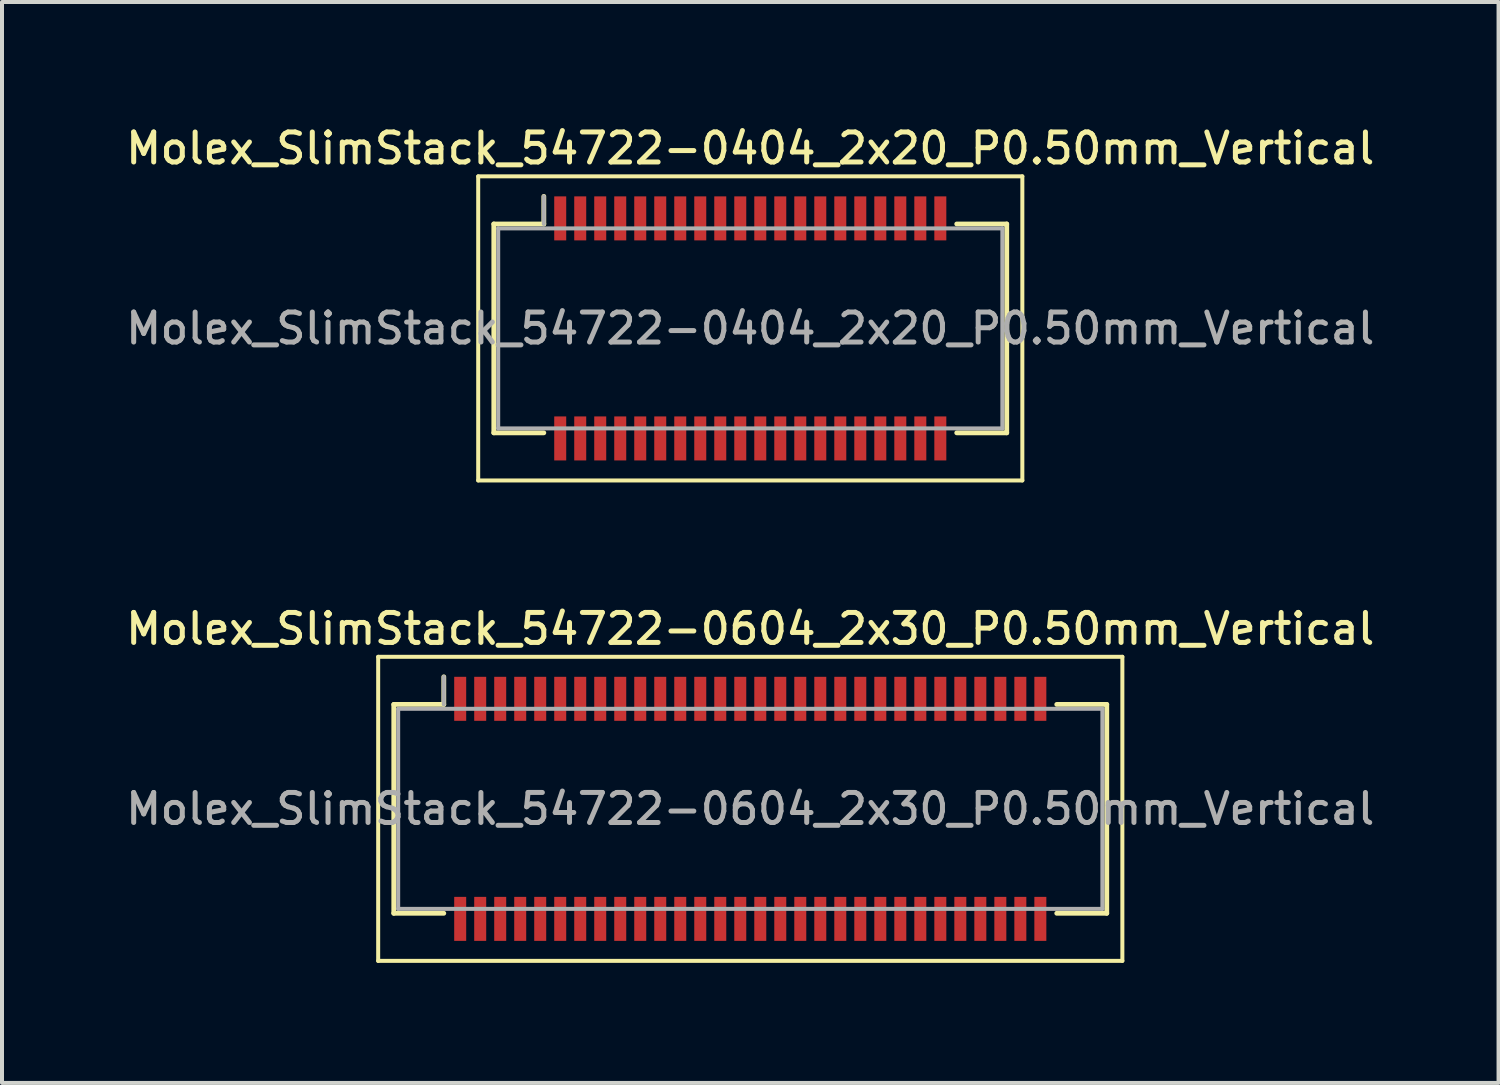
<source format=kicad_pcb>
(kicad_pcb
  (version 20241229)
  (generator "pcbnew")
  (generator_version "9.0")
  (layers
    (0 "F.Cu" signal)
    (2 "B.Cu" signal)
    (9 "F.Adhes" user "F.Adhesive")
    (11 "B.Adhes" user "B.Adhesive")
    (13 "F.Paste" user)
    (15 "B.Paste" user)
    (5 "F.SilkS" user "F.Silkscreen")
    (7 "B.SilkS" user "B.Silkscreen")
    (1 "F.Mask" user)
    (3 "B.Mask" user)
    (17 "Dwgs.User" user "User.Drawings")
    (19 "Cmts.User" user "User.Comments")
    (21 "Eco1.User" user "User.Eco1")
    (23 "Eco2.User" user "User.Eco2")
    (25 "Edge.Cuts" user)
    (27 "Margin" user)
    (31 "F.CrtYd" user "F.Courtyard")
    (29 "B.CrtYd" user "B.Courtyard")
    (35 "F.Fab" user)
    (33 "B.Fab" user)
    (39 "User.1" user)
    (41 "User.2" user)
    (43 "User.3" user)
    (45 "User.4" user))
  (footprint "Molex_SlimStack_54722-0604_2x30_P0.50mm_Vertical"
    (layer "F.Cu")
    (at 15.702 17.166)
    (property "Reference" "Molex_SlimStack_54722-0604_2x30_P0.50mm_Vertical" (at 0 -4.5 0) (layer "F.SilkS") (effects (font (size 0.75 0.75) (thickness 0.125))))
    (attr smd)
    (fp_line (start -9.3 -3.8) (end -9.3 3.8) (stroke (width 0.1) (type solid)) (layer "F.SilkS"))
    (fp_line (start -9.3 3.8) (end 9.3 3.8) (stroke (width 0.1) (type solid)) (layer "F.SilkS"))
    (fp_line (start -8.91 -2.61) (end -7.66 -2.61) (stroke (width 0.12) (type solid)) (layer "F.SilkS"))
    (fp_line (start -8.91 2.61) (end -8.91 -2.61) (stroke (width 0.12) (type solid)) (layer "F.SilkS"))
    (fp_line (start -7.66 -2.61) (end -7.66 -3.3) (stroke (width 0.12) (type solid)) (layer "F.SilkS"))
    (fp_line (start -7.66 2.61) (end -8.91 2.61) (stroke (width 0.12) (type solid)) (layer "F.SilkS"))
    (fp_line (start 7.66 2.61) (end 8.91 2.61) (stroke (width 0.12) (type solid)) (layer "F.SilkS"))
    (fp_line (start 8.91 -2.61) (end 7.66 -2.61) (stroke (width 0.12) (type solid)) (layer "F.SilkS"))
    (fp_line (start 8.91 2.61) (end 8.91 -2.61) (stroke (width 0.12) (type solid)) (layer "F.SilkS"))
    (fp_line (start 9.3 -3.8) (end -9.3 -3.8) (stroke (width 0.1) (type solid)) (layer "F.SilkS"))
    (fp_line (start 9.3 3.8) (end 9.3 -3.8) (stroke (width 0.1) (type solid)) (layer "F.SilkS"))
    (fp_line (start -8.8 -2.5) (end -8.8 2.5) (stroke (width 0.1) (type solid)) (layer "F.Fab"))
    (fp_line (start -8.8 2.5) (end 8.8 2.5) (stroke (width 0.1) (type solid)) (layer "F.Fab"))
    (fp_line (start -7.66 -2.61) (end -7.66 -3.3) (stroke (width 0.1) (type solid)) (layer "F.Fab"))
    (fp_line (start 8.8 -2.5) (end -8.8 -2.5) (stroke (width 0.1) (type solid)) (layer "F.Fab"))
    (fp_line (start 8.8 2.5) (end 8.8 -2.5) (stroke (width 0.1) (type solid)) (layer "F.Fab"))
    (fp_text user "${REFERENCE}" (at 0 0 0) (layer "F.Fab") (effects (font (size 0.75 0.75) (thickness 0.125))))
    (pad "1" smd rect (at -7.25 -2.75) (size 0.3 1.1) (layers "F.Cu" "F.Mask" "F.Paste"))
    (pad "2" smd rect (at -7.25 2.75) (size 0.3 1.1) (layers "F.Cu" "F.Mask" "F.Paste"))
    (pad "3" smd rect (at -6.75 -2.75) (size 0.3 1.1) (layers "F.Cu" "F.Mask" "F.Paste"))
    (pad "4" smd rect (at -6.75 2.75) (size 0.3 1.1) (layers "F.Cu" "F.Mask" "F.Paste"))
    (pad "5" smd rect (at -6.25 -2.75) (size 0.3 1.1) (layers "F.Cu" "F.Mask" "F.Paste"))
    (pad "6" smd rect (at -6.25 2.75) (size 0.3 1.1) (layers "F.Cu" "F.Mask" "F.Paste"))
    (pad "7" smd rect (at -5.75 -2.75) (size 0.3 1.1) (layers "F.Cu" "F.Mask" "F.Paste"))
    (pad "8" smd rect (at -5.75 2.75) (size 0.3 1.1) (layers "F.Cu" "F.Mask" "F.Paste"))
    (pad "9" smd rect (at -5.25 -2.75) (size 0.3 1.1) (layers "F.Cu" "F.Mask" "F.Paste"))
    (pad "10" smd rect (at -5.25 2.75) (size 0.3 1.1) (layers "F.Cu" "F.Mask" "F.Paste"))
    (pad "11" smd rect (at -4.75 -2.75) (size 0.3 1.1) (layers "F.Cu" "F.Mask" "F.Paste"))
    (pad "12" smd rect (at -4.75 2.75) (size 0.3 1.1) (layers "F.Cu" "F.Mask" "F.Paste"))
    (pad "13" smd rect (at -4.25 -2.75) (size 0.3 1.1) (layers "F.Cu" "F.Mask" "F.Paste"))
    (pad "14" smd rect (at -4.25 2.75) (size 0.3 1.1) (layers "F.Cu" "F.Mask" "F.Paste"))
    (pad "15" smd rect (at -3.75 -2.75) (size 0.3 1.1) (layers "F.Cu" "F.Mask" "F.Paste"))
    (pad "16" smd rect (at -3.75 2.75) (size 0.3 1.1) (layers "F.Cu" "F.Mask" "F.Paste"))
    (pad "17" smd rect (at -3.25 -2.75) (size 0.3 1.1) (layers "F.Cu" "F.Mask" "F.Paste"))
    (pad "18" smd rect (at -3.25 2.75) (size 0.3 1.1) (layers "F.Cu" "F.Mask" "F.Paste"))
    (pad "19" smd rect (at -2.75 -2.75) (size 0.3 1.1) (layers "F.Cu" "F.Mask" "F.Paste"))
    (pad "20" smd rect (at -2.75 2.75) (size 0.3 1.1) (layers "F.Cu" "F.Mask" "F.Paste"))
    (pad "21" smd rect (at -2.25 -2.75) (size 0.3 1.1) (layers "F.Cu" "F.Mask" "F.Paste"))
    (pad "22" smd rect (at -2.25 2.75) (size 0.3 1.1) (layers "F.Cu" "F.Mask" "F.Paste"))
    (pad "23" smd rect (at -1.75 -2.75) (size 0.3 1.1) (layers "F.Cu" "F.Mask" "F.Paste"))
    (pad "24" smd rect (at -1.75 2.75) (size 0.3 1.1) (layers "F.Cu" "F.Mask" "F.Paste"))
    (pad "25" smd rect (at -1.25 -2.75) (size 0.3 1.1) (layers "F.Cu" "F.Mask" "F.Paste"))
    (pad "26" smd rect (at -1.25 2.75) (size 0.3 1.1) (layers "F.Cu" "F.Mask" "F.Paste"))
    (pad "27" smd rect (at -0.75 -2.75) (size 0.3 1.1) (layers "F.Cu" "F.Mask" "F.Paste"))
    (pad "28" smd rect (at -0.75 2.75) (size 0.3 1.1) (layers "F.Cu" "F.Mask" "F.Paste"))
    (pad "29" smd rect (at -0.25 -2.75) (size 0.3 1.1) (layers "F.Cu" "F.Mask" "F.Paste"))
    (pad "30" smd rect (at -0.25 2.75) (size 0.3 1.1) (layers "F.Cu" "F.Mask" "F.Paste"))
    (pad "31" smd rect (at 0.25 -2.75) (size 0.3 1.1) (layers "F.Cu" "F.Mask" "F.Paste"))
    (pad "32" smd rect (at 0.25 2.75) (size 0.3 1.1) (layers "F.Cu" "F.Mask" "F.Paste"))
    (pad "33" smd rect (at 0.75 -2.75) (size 0.3 1.1) (layers "F.Cu" "F.Mask" "F.Paste"))
    (pad "34" smd rect (at 0.75 2.75) (size 0.3 1.1) (layers "F.Cu" "F.Mask" "F.Paste"))
    (pad "35" smd rect (at 1.25 -2.75) (size 0.3 1.1) (layers "F.Cu" "F.Mask" "F.Paste"))
    (pad "36" smd rect (at 1.25 2.75) (size 0.3 1.1) (layers "F.Cu" "F.Mask" "F.Paste"))
    (pad "37" smd rect (at 1.75 -2.75) (size 0.3 1.1) (layers "F.Cu" "F.Mask" "F.Paste"))
    (pad "38" smd rect (at 1.75 2.75) (size 0.3 1.1) (layers "F.Cu" "F.Mask" "F.Paste"))
    (pad "39" smd rect (at 2.25 -2.75) (size 0.3 1.1) (layers "F.Cu" "F.Mask" "F.Paste"))
    (pad "40" smd rect (at 2.25 2.75) (size 0.3 1.1) (layers "F.Cu" "F.Mask" "F.Paste"))
    (pad "41" smd rect (at 2.75 -2.75) (size 0.3 1.1) (layers "F.Cu" "F.Mask" "F.Paste"))
    (pad "42" smd rect (at 2.75 2.75) (size 0.3 1.1) (layers "F.Cu" "F.Mask" "F.Paste"))
    (pad "43" smd rect (at 3.25 -2.75) (size 0.3 1.1) (layers "F.Cu" "F.Mask" "F.Paste"))
    (pad "44" smd rect (at 3.25 2.75) (size 0.3 1.1) (layers "F.Cu" "F.Mask" "F.Paste"))
    (pad "45" smd rect (at 3.75 -2.75) (size 0.3 1.1) (layers "F.Cu" "F.Mask" "F.Paste"))
    (pad "46" smd rect (at 3.75 2.75) (size 0.3 1.1) (layers "F.Cu" "F.Mask" "F.Paste"))
    (pad "47" smd rect (at 4.25 -2.75) (size 0.3 1.1) (layers "F.Cu" "F.Mask" "F.Paste"))
    (pad "48" smd rect (at 4.25 2.75) (size 0.3 1.1) (layers "F.Cu" "F.Mask" "F.Paste"))
    (pad "49" smd rect (at 4.75 -2.75) (size 0.3 1.1) (layers "F.Cu" "F.Mask" "F.Paste"))
    (pad "50" smd rect (at 4.75 2.75) (size 0.3 1.1) (layers "F.Cu" "F.Mask" "F.Paste"))
    (pad "51" smd rect (at 5.25 -2.75) (size 0.3 1.1) (layers "F.Cu" "F.Mask" "F.Paste"))
    (pad "52" smd rect (at 5.25 2.75) (size 0.3 1.1) (layers "F.Cu" "F.Mask" "F.Paste"))
    (pad "53" smd rect (at 5.75 -2.75) (size 0.3 1.1) (layers "F.Cu" "F.Mask" "F.Paste"))
    (pad "54" smd rect (at 5.75 2.75) (size 0.3 1.1) (layers "F.Cu" "F.Mask" "F.Paste"))
    (pad "55" smd rect (at 6.25 -2.75) (size 0.3 1.1) (layers "F.Cu" "F.Mask" "F.Paste"))
    (pad "56" smd rect (at 6.25 2.75) (size 0.3 1.1) (layers "F.Cu" "F.Mask" "F.Paste"))
    (pad "57" smd rect (at 6.75 -2.75) (size 0.3 1.1) (layers "F.Cu" "F.Mask" "F.Paste"))
    (pad "58" smd rect (at 6.75 2.75) (size 0.3 1.1) (layers "F.Cu" "F.Mask" "F.Paste"))
    (pad "59" smd rect (at 7.25 -2.75) (size 0.3 1.1) (layers "F.Cu" "F.Mask" "F.Paste"))
    (pad "60" smd rect (at 7.25 2.75) (size 0.3 1.1) (layers "F.Cu" "F.Mask" "F.Paste")))
  (footprint "Molex_SlimStack_54722-0404_2x20_P0.50mm_Vertical"
    (layer "F.Cu")
    (at 15.702 5.158)
    (property "Reference" "Molex_SlimStack_54722-0404_2x20_P0.50mm_Vertical" (at 0 -4.5 0) (layer "F.SilkS") (effects (font (size 0.75 0.75) (thickness 0.125))))
    (attr smd)
    (fp_line (start -6.8 -3.8) (end -6.8 3.8) (stroke (width 0.1) (type solid)) (layer "F.SilkS"))
    (fp_line (start -6.8 3.8) (end 6.8 3.8) (stroke (width 0.1) (type solid)) (layer "F.SilkS"))
    (fp_line (start -6.41 -2.61) (end -5.16 -2.61) (stroke (width 0.12) (type solid)) (layer "F.SilkS"))
    (fp_line (start -6.41 2.61) (end -6.41 -2.61) (stroke (width 0.12) (type solid)) (layer "F.SilkS"))
    (fp_line (start -5.16 -2.61) (end -5.16 -3.3) (stroke (width 0.12) (type solid)) (layer "F.SilkS"))
    (fp_line (start -5.16 2.61) (end -6.41 2.61) (stroke (width 0.12) (type solid)) (layer "F.SilkS"))
    (fp_line (start 5.16 2.61) (end 6.41 2.61) (stroke (width 0.12) (type solid)) (layer "F.SilkS"))
    (fp_line (start 6.41 -2.61) (end 5.16 -2.61) (stroke (width 0.12) (type solid)) (layer "F.SilkS"))
    (fp_line (start 6.41 2.61) (end 6.41 -2.61) (stroke (width 0.12) (type solid)) (layer "F.SilkS"))
    (fp_line (start 6.8 -3.8) (end -6.8 -3.8) (stroke (width 0.1) (type solid)) (layer "F.SilkS"))
    (fp_line (start 6.8 3.8) (end 6.8 -3.8) (stroke (width 0.1) (type solid)) (layer "F.SilkS"))
    (fp_line (start -6.3 -2.5) (end -6.3 2.5) (stroke (width 0.1) (type solid)) (layer "F.Fab"))
    (fp_line (start -6.3 2.5) (end 6.3 2.5) (stroke (width 0.1) (type solid)) (layer "F.Fab"))
    (fp_line (start -5.16 -2.61) (end -5.16 -3.3) (stroke (width 0.1) (type solid)) (layer "F.Fab"))
    (fp_line (start 6.3 -2.5) (end -6.3 -2.5) (stroke (width 0.1) (type solid)) (layer "F.Fab"))
    (fp_line (start 6.3 2.5) (end 6.3 -2.5) (stroke (width 0.1) (type solid)) (layer "F.Fab"))
    (fp_text user "${REFERENCE}" (at 0 0 0) (layer "F.Fab") (effects (font (size 0.75 0.75) (thickness 0.125))))
    (pad "1" smd rect (at -4.75 -2.75) (size 0.3 1.1) (layers "F.Cu" "F.Mask" "F.Paste"))
    (pad "2" smd rect (at -4.75 2.75) (size 0.3 1.1) (layers "F.Cu" "F.Mask" "F.Paste"))
    (pad "3" smd rect (at -4.25 -2.75) (size 0.3 1.1) (layers "F.Cu" "F.Mask" "F.Paste"))
    (pad "4" smd rect (at -4.25 2.75) (size 0.3 1.1) (layers "F.Cu" "F.Mask" "F.Paste"))
    (pad "5" smd rect (at -3.75 -2.75) (size 0.3 1.1) (layers "F.Cu" "F.Mask" "F.Paste"))
    (pad "6" smd rect (at -3.75 2.75) (size 0.3 1.1) (layers "F.Cu" "F.Mask" "F.Paste"))
    (pad "7" smd rect (at -3.25 -2.75) (size 0.3 1.1) (layers "F.Cu" "F.Mask" "F.Paste"))
    (pad "8" smd rect (at -3.25 2.75) (size 0.3 1.1) (layers "F.Cu" "F.Mask" "F.Paste"))
    (pad "9" smd rect (at -2.75 -2.75) (size 0.3 1.1) (layers "F.Cu" "F.Mask" "F.Paste"))
    (pad "10" smd rect (at -2.75 2.75) (size 0.3 1.1) (layers "F.Cu" "F.Mask" "F.Paste"))
    (pad "11" smd rect (at -2.25 -2.75) (size 0.3 1.1) (layers "F.Cu" "F.Mask" "F.Paste"))
    (pad "12" smd rect (at -2.25 2.75) (size 0.3 1.1) (layers "F.Cu" "F.Mask" "F.Paste"))
    (pad "13" smd rect (at -1.75 -2.75) (size 0.3 1.1) (layers "F.Cu" "F.Mask" "F.Paste"))
    (pad "14" smd rect (at -1.75 2.75) (size 0.3 1.1) (layers "F.Cu" "F.Mask" "F.Paste"))
    (pad "15" smd rect (at -1.25 -2.75) (size 0.3 1.1) (layers "F.Cu" "F.Mask" "F.Paste"))
    (pad "16" smd rect (at -1.25 2.75) (size 0.3 1.1) (layers "F.Cu" "F.Mask" "F.Paste"))
    (pad "17" smd rect (at -0.75 -2.75) (size 0.3 1.1) (layers "F.Cu" "F.Mask" "F.Paste"))
    (pad "18" smd rect (at -0.75 2.75) (size 0.3 1.1) (layers "F.Cu" "F.Mask" "F.Paste"))
    (pad "19" smd rect (at -0.25 -2.75) (size 0.3 1.1) (layers "F.Cu" "F.Mask" "F.Paste"))
    (pad "20" smd rect (at -0.25 2.75) (size 0.3 1.1) (layers "F.Cu" "F.Mask" "F.Paste"))
    (pad "21" smd rect (at 0.25 -2.75) (size 0.3 1.1) (layers "F.Cu" "F.Mask" "F.Paste"))
    (pad "22" smd rect (at 0.25 2.75) (size 0.3 1.1) (layers "F.Cu" "F.Mask" "F.Paste"))
    (pad "23" smd rect (at 0.75 -2.75) (size 0.3 1.1) (layers "F.Cu" "F.Mask" "F.Paste"))
    (pad "24" smd rect (at 0.75 2.75) (size 0.3 1.1) (layers "F.Cu" "F.Mask" "F.Paste"))
    (pad "25" smd rect (at 1.25 -2.75) (size 0.3 1.1) (layers "F.Cu" "F.Mask" "F.Paste"))
    (pad "26" smd rect (at 1.25 2.75) (size 0.3 1.1) (layers "F.Cu" "F.Mask" "F.Paste"))
    (pad "27" smd rect (at 1.75 -2.75) (size 0.3 1.1) (layers "F.Cu" "F.Mask" "F.Paste"))
    (pad "28" smd rect (at 1.75 2.75) (size 0.3 1.1) (layers "F.Cu" "F.Mask" "F.Paste"))
    (pad "29" smd rect (at 2.25 -2.75) (size 0.3 1.1) (layers "F.Cu" "F.Mask" "F.Paste"))
    (pad "30" smd rect (at 2.25 2.75) (size 0.3 1.1) (layers "F.Cu" "F.Mask" "F.Paste"))
    (pad "31" smd rect (at 2.75 -2.75) (size 0.3 1.1) (layers "F.Cu" "F.Mask" "F.Paste"))
    (pad "32" smd rect (at 2.75 2.75) (size 0.3 1.1) (layers "F.Cu" "F.Mask" "F.Paste"))
    (pad "33" smd rect (at 3.25 -2.75) (size 0.3 1.1) (layers "F.Cu" "F.Mask" "F.Paste"))
    (pad "34" smd rect (at 3.25 2.75) (size 0.3 1.1) (layers "F.Cu" "F.Mask" "F.Paste"))
    (pad "35" smd rect (at 3.75 -2.75) (size 0.3 1.1) (layers "F.Cu" "F.Mask" "F.Paste"))
    (pad "36" smd rect (at 3.75 2.75) (size 0.3 1.1) (layers "F.Cu" "F.Mask" "F.Paste"))
    (pad "37" smd rect (at 4.25 -2.75) (size 0.3 1.1) (layers "F.Cu" "F.Mask" "F.Paste"))
    (pad "38" smd rect (at 4.25 2.75) (size 0.3 1.1) (layers "F.Cu" "F.Mask" "F.Paste"))
    (pad "39" smd rect (at 4.75 -2.75) (size 0.3 1.1) (layers "F.Cu" "F.Mask" "F.Paste"))
    (pad "40" smd rect (at 4.75 2.75) (size 0.3 1.1) (layers "F.Cu" "F.Mask" "F.Paste")))
  (gr_rect
    (start -3 -3)
    (end 34.404 24.016)
    (stroke (width 0.1) (type default))
    (fill no)
    (layer "Edge.Cuts")))
</source>
